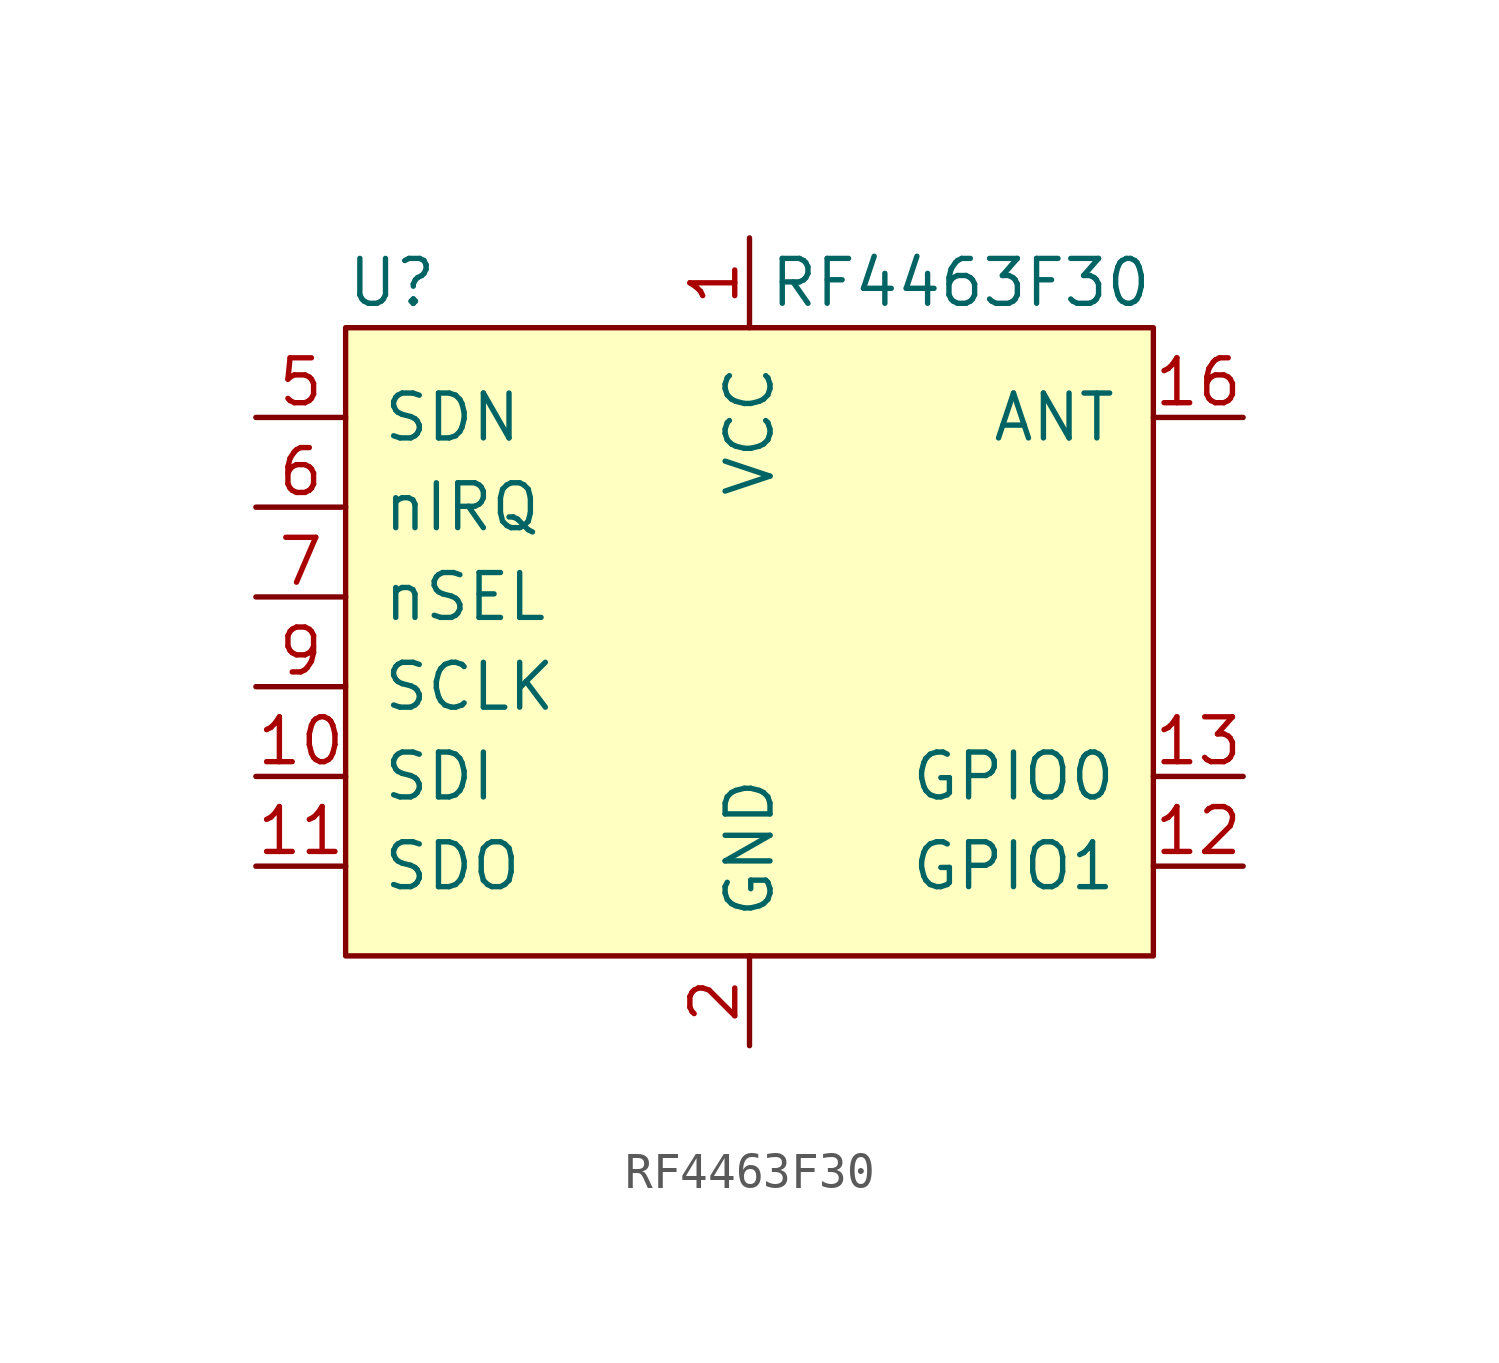
<source format=kicad_sym>
(kicad_symbol_lib
  (version 20211014)
  (generator kicad_symbol_editor)
  (symbol "RF4463F30"
    (pin_names
      (offset 1.016))
    (property "Reference" "U"
      (at -11.43 10.16 0)
      (effects (font (size 1.27 1.27)) (justify left)))
    (property "Value" "RF4463F30"
      (at 11.43 10.16 0)
      (effects (font (size 1.27 1.27)) (justify right)))
    (symbol "RF4463F30_0_1"
      (rectangle (start -11.43 8.89) (end 11.43 -8.89) (stroke (width 0) (type default) (color 0 0 0 0)) (fill (type background))))
    (symbol "RF4463F30_1_1"
      (pin power_in line (at 0 11.43 270) (length 2.54) (name "VCC" (effects (font (size 1.27 1.27)))) (number "1" (effects (font (size 1.27 1.27)))))
      (pin input line (at -13.97 -3.81 0) (length 2.54) (name "SDI" (effects (font (size 1.27 1.27)))) (number "10" (effects (font (size 1.27 1.27)))))
      (pin output line (at -13.97 -6.35 0) (length 2.54) (name "SDO" (effects (font (size 1.27 1.27)))) (number "11" (effects (font (size 1.27 1.27)))))
      (pin bidirectional line (at 13.97 -6.35 180) (length 2.54) (name "GPIO1" (effects (font (size 1.27 1.27)))) (number "12" (effects (font (size 1.27 1.27)))))
      (pin bidirectional line (at 13.97 -3.81 180) (length 2.54) (name "GPIO0" (effects (font (size 1.27 1.27)))) (number "13" (effects (font (size 1.27 1.27)))))
      (pin no_connect line (at 11.43 1.27 180) (length 2.54) hide (name "NC" (effects (font (size 1.27 1.27)))) (number "14" (effects (font (size 1.27 1.27)))))
      (pin power_in line (at 0 -11.43 90) (length 2.54) hide (name "GND" (effects (font (size 1.27 1.27)))) (number "15" (effects (font (size 1.27 1.27)))))
      (pin output line (at 13.97 6.35 180) (length 2.54) (name "ANT" (effects (font (size 1.27 1.27)))) (number "16" (effects (font (size 1.27 1.27)))))
      (pin power_in line (at 0 -11.43 90) (length 2.54) (name "GND" (effects (font (size 1.27 1.27)))) (number "2" (effects (font (size 1.27 1.27)))))
      (pin no_connect line (at 11.43 3.81 180) (length 2.54) hide (name "NC" (effects (font (size 1.27 1.27)))) (number "3" (effects (font (size 1.27 1.27)))))
      (pin no_connect line (at 11.43 -1.27 180) (length 2.54) hide (name "NC" (effects (font (size 1.27 1.27)))) (number "4" (effects (font (size 1.27 1.27)))))
      (pin input line (at -13.97 6.35 0) (length 2.54) (name "SDN" (effects (font (size 1.27 1.27)))) (number "5" (effects (font (size 1.27 1.27)))))
      (pin output line (at -13.97 3.81 0) (length 2.54) (name "nIRQ" (effects (font (size 1.27 1.27)))) (number "6" (effects (font (size 1.27 1.27)))))
      (pin input line (at -13.97 1.27 0) (length 2.54) (name "nSEL" (effects (font (size 1.27 1.27)))) (number "7" (effects (font (size 1.27 1.27)))))
      (pin power_in line (at 0 -11.43 90) (length 2.54) hide (name "GND" (effects (font (size 1.27 1.27)))) (number "8" (effects (font (size 1.27 1.27)))))
      (pin input line (at -13.97 -1.27 0) (length 2.54) (name "SCLK" (effects (font (size 1.27 1.27)))) (number "9" (effects (font (size 1.27 1.27))))))))
</source>
